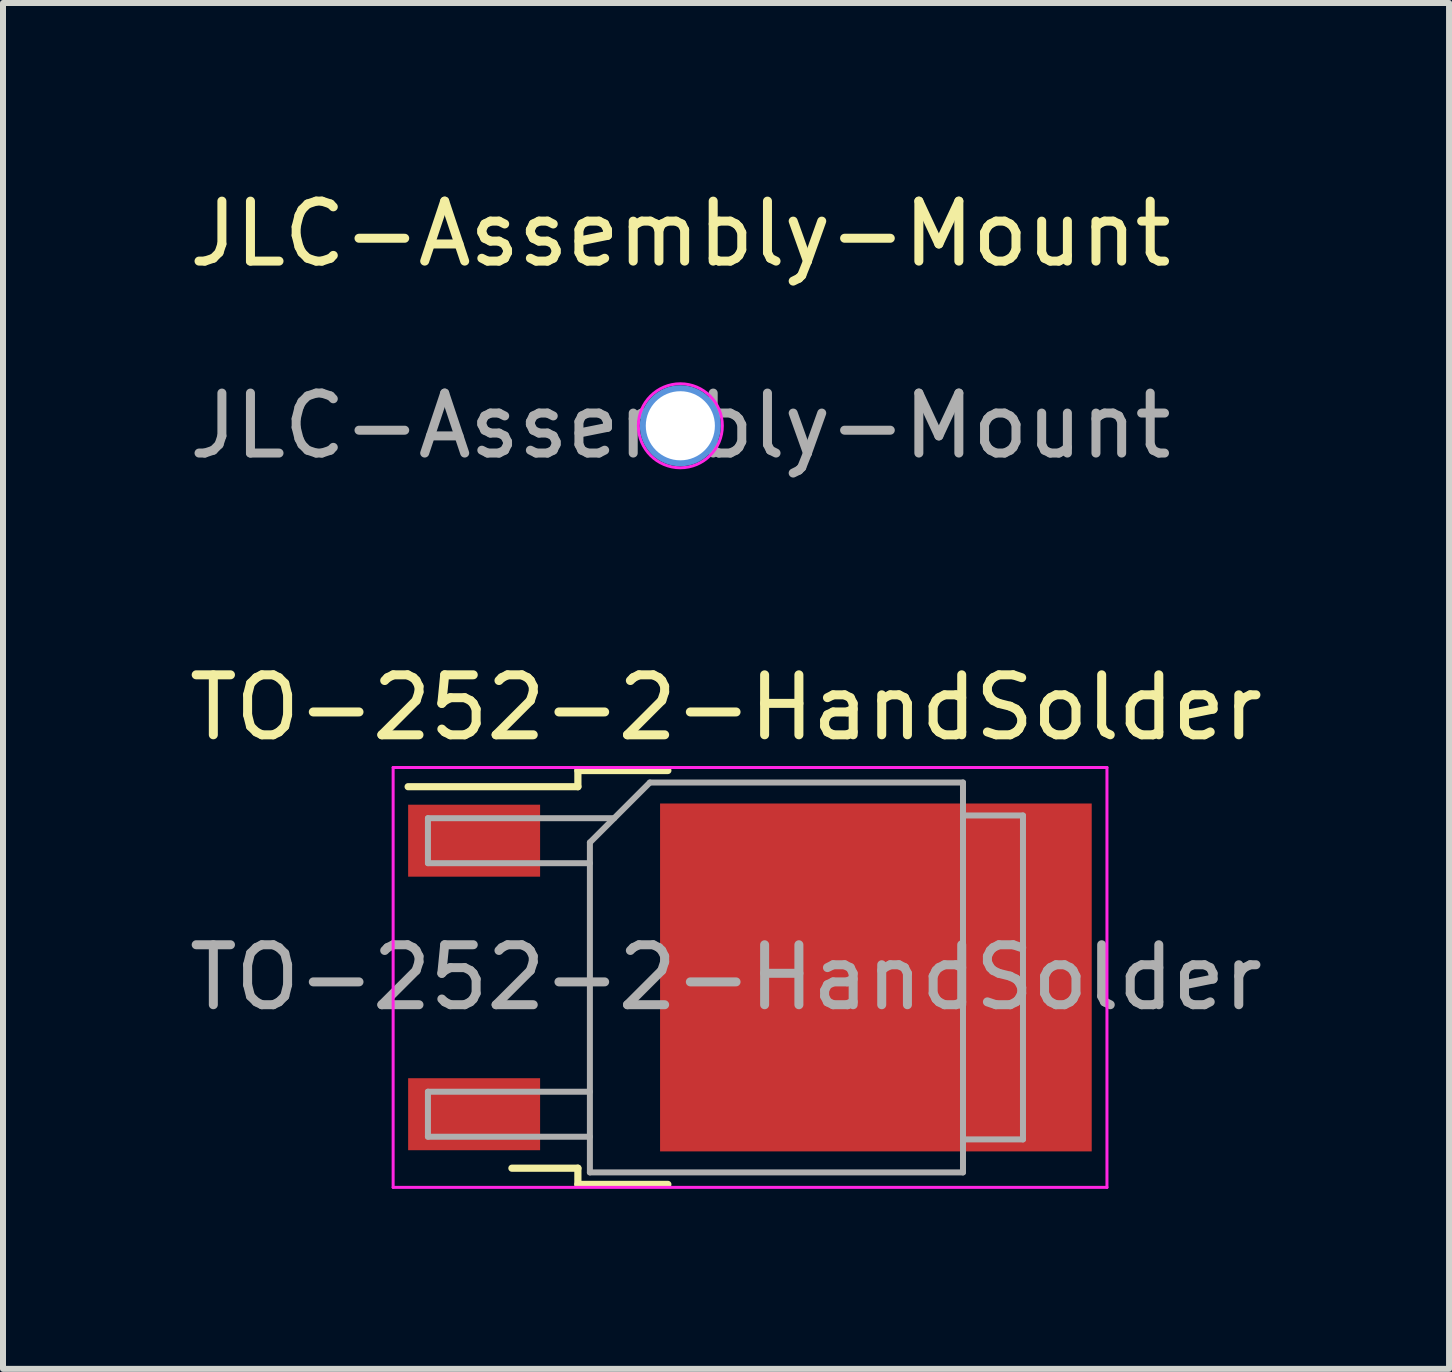
<source format=kicad_pcb>
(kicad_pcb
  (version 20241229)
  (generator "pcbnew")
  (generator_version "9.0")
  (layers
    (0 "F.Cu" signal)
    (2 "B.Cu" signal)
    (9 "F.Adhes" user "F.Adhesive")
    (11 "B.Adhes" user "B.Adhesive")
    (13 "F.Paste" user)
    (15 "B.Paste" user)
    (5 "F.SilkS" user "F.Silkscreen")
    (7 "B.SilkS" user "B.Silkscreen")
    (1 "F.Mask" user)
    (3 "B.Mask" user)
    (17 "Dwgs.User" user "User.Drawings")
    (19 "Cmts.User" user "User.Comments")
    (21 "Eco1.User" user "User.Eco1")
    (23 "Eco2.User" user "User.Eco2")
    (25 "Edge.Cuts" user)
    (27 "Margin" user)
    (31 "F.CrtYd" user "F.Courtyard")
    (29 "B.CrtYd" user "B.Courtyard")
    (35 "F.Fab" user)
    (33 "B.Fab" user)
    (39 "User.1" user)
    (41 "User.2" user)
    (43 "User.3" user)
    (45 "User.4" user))
  (footprint "JLC-Assembly-Mount"
    (layer "F.Cu")
    (at 8.292 4.048)
    (property "Reference" "JLC-Assembly-Mount" (at 0 -3.2 0) (layer "F.SilkS") (effects (font (size 1 1) (thickness 0.15))))
    (attr exclude_from_pos_files exclude_from_bom)
    (fp_circle (center 0 0) (end 0.6 0) (stroke (width 0.15) (type solid)) (fill no) (layer "Cmts.User"))
    (fp_circle (center 0 0) (end 0.7 0) (stroke (width 0.05) (type solid)) (fill no) (layer "F.CrtYd"))
    (fp_text user "${REFERENCE}" (at 0 0 0) (layer "F.Fab") (effects (font (size 1 1) (thickness 0.15))))
    (pad "" np_thru_hole circle (at 0 0) (size 1.152 1.152) (drill 1.152) (layers "*.Cu" "*.Mask")))
  (footprint "TO-252-2-HandSolder"
    (layer "F.Cu")
    (at 9.054 13.245)
    (property "Reference" "TO-252-2-HandSolder" (at 0 -4.5 0) (layer "F.SilkS") (effects (font (size 1 1) (thickness 0.15))))
    (attr smd)
    (fp_line (start -2.47 -3.45) (end -2.47 -3.18) (stroke (width 0.12) (type solid)) (layer "F.SilkS"))
    (fp_line (start -2.47 -3.18) (end -5.3 -3.18) (stroke (width 0.12) (type solid)) (layer "F.SilkS"))
    (fp_line (start -2.47 3.18) (end -3.57 3.18) (stroke (width 0.12) (type solid)) (layer "F.SilkS"))
    (fp_line (start -2.47 3.45) (end -2.47 3.18) (stroke (width 0.12) (type solid)) (layer "F.SilkS"))
    (fp_line (start -0.97 -3.45) (end -2.47 -3.45) (stroke (width 0.12) (type solid)) (layer "F.SilkS"))
    (fp_line (start -0.97 3.45) (end -2.47 3.45) (stroke (width 0.12) (type solid)) (layer "F.SilkS"))
    (fp_line (start -5.55 -3.5) (end -5.55 3.5) (stroke (width 0.05) (type solid)) (layer "F.CrtYd"))
    (fp_line (start -5.55 3.5) (end 6.35 3.5) (stroke (width 0.05) (type solid)) (layer "F.CrtYd"))
    (fp_line (start 6.35 -3.5) (end -5.55 -3.5) (stroke (width 0.05) (type solid)) (layer "F.CrtYd"))
    (fp_line (start 6.35 3.5) (end 6.35 -3.5) (stroke (width 0.05) (type solid)) (layer "F.CrtYd"))
    (fp_line (start -4.97 -2.655) (end -4.97 -1.905) (stroke (width 0.1) (type solid)) (layer "F.Fab"))
    (fp_line (start -4.97 -1.905) (end -2.27 -1.905) (stroke (width 0.1) (type solid)) (layer "F.Fab"))
    (fp_line (start -4.97 1.905) (end -4.97 2.655) (stroke (width 0.1) (type solid)) (layer "F.Fab"))
    (fp_line (start -4.97 2.655) (end -2.27 2.655) (stroke (width 0.1) (type solid)) (layer "F.Fab"))
    (fp_line (start -2.27 -2.25) (end -1.27 -3.25) (stroke (width 0.1) (type solid)) (layer "F.Fab"))
    (fp_line (start -2.27 1.905) (end -4.97 1.905) (stroke (width 0.1) (type solid)) (layer "F.Fab"))
    (fp_line (start -2.27 3.25) (end -2.27 -2.25) (stroke (width 0.1) (type solid)) (layer "F.Fab"))
    (fp_line (start -1.865 -2.655) (end -4.97 -2.655) (stroke (width 0.1) (type solid)) (layer "F.Fab"))
    (fp_line (start -1.27 -3.25) (end 3.95 -3.25) (stroke (width 0.1) (type solid)) (layer "F.Fab"))
    (fp_line (start 3.95 -3.25) (end 3.95 3.25) (stroke (width 0.1) (type solid)) (layer "F.Fab"))
    (fp_line (start 3.95 -2.7) (end 4.95 -2.7) (stroke (width 0.1) (type solid)) (layer "F.Fab"))
    (fp_line (start 3.95 3.25) (end -2.27 3.25) (stroke (width 0.1) (type solid)) (layer "F.Fab"))
    (fp_line (start 4.95 -2.7) (end 4.95 2.7) (stroke (width 0.1) (type solid)) (layer "F.Fab"))
    (fp_line (start 4.95 2.7) (end 3.95 2.7) (stroke (width 0.1) (type solid)) (layer "F.Fab"))
    (fp_text user "${REFERENCE}" (at 0 0 0) (layer "F.Fab") (effects (font (size 1 1) (thickness 0.15))))
    (pad "" smd rect (at 0.425 -1.525) (size 3.05 2.75) (layers "F.Paste"))
    (pad "" smd rect (at 0.425 1.525) (size 3.05 2.75) (layers "F.Paste"))
    (pad "" smd rect (at 4.173 -1.525) (size 3.846 2.75) (layers "F.Paste"))
    (pad "" smd rect (at 4.173 1.525) (size 3.846 2.75) (layers "F.Paste"))
    (pad "1" smd rect (at -4.2 -2.28) (size 2.2 1.2) (layers "F.Cu" "F.Mask" "F.Paste"))
    (pad "2" smd rect (at 2.498 0) (size 7.196 5.8) (layers "F.Cu" "F.Mask"))
    (pad "3" smd rect (at -4.2 2.28) (size 2.2 1.2) (layers "F.Cu" "F.Mask" "F.Paste")))
  (gr_rect
    (start -3 -3)
    (end 21.107 19.77)
    (stroke (width 0.1) (type default))
    (fill no)
    (layer "Edge.Cuts")))
</source>
